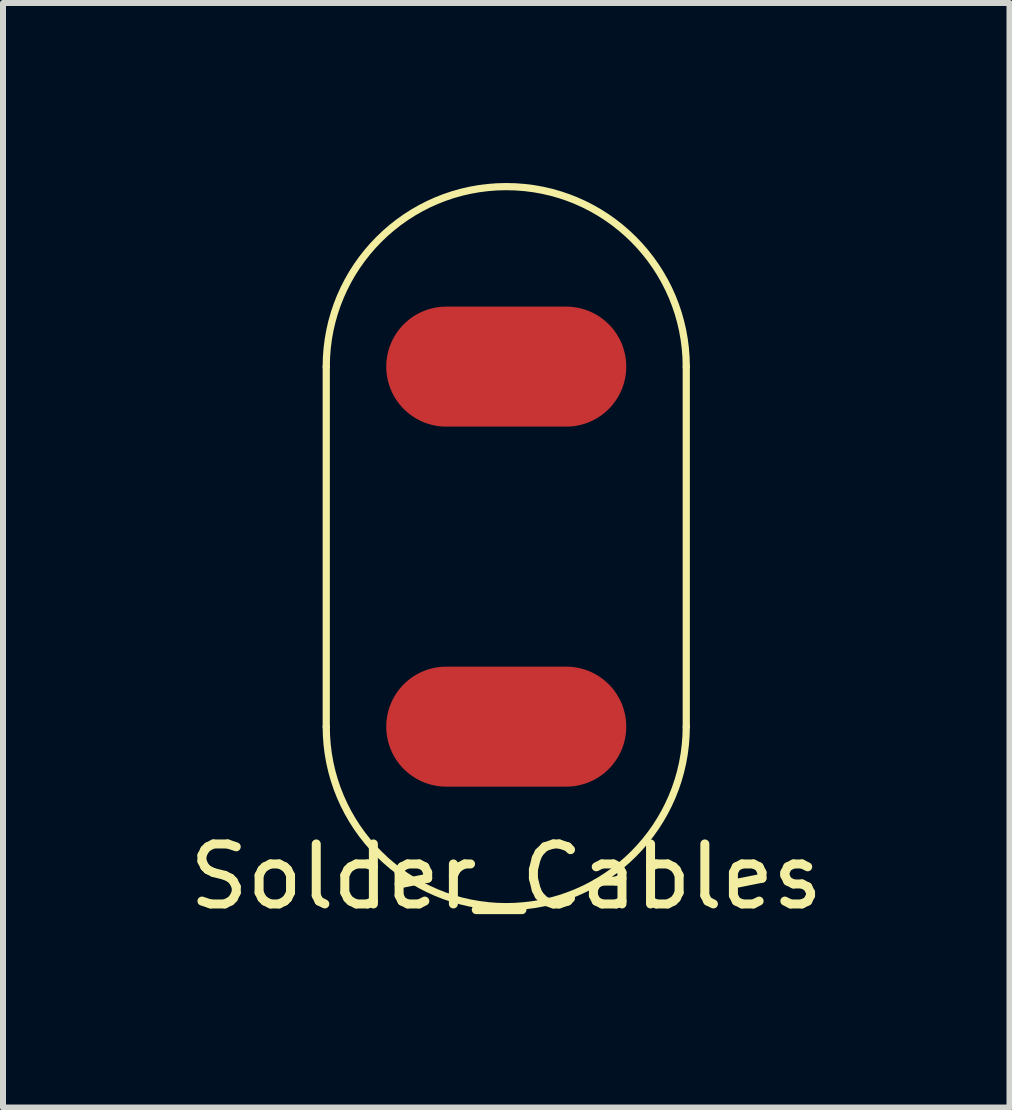
<source format=kicad_pcb>
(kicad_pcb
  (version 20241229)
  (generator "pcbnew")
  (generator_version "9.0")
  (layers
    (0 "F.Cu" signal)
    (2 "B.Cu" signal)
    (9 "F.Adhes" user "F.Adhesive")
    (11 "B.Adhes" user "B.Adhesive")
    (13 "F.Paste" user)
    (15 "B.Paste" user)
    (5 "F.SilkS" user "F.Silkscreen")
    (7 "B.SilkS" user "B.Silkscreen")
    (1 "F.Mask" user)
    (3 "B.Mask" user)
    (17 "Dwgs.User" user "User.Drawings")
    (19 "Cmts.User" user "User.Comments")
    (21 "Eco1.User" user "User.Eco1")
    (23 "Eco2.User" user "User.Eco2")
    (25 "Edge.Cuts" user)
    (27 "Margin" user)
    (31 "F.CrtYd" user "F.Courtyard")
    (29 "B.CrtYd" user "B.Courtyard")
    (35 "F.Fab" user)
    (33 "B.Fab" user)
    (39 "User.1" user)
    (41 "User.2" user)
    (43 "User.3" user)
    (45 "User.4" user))
  (footprint "Solder_Cables"
    (layer "F.Cu")
    (at 5.387 9.06)
    (property "Reference" "Solder_Cables" (at 0 2.5 0) (unlocked yes) (layer "F.SilkS") (effects (font (size 1 1) (thickness 0.15))))
    (attr smd)
    (fp_line (start -3 -6) (end -3 0) (stroke (width 0.12) (type solid)) (layer "F.SilkS"))
    (fp_line (start 3 -6) (end 3 0) (stroke (width 0.12) (type solid)) (layer "F.SilkS"))
    (fp_arc (start -3 -6) (mid 0 -9) (end 3 -6) (stroke (width 0.12) (type solid)) (layer "F.SilkS"))
    (fp_arc (start 3 0) (mid 0 3) (end -3 0) (stroke (width 0.12) (type solid)) (layer "F.SilkS"))
    (pad "1" smd oval (at 0 -6) (size 4 2) (layers "F.Cu" "F.Mask" "F.Paste"))
    (pad "2" smd oval (at 0 0) (size 4 2) (layers "F.Cu" "F.Mask" "F.Paste")))
  (gr_rect
    (start -3 -3)
    (end 13.774 15.408)
    (stroke (width 0.1) (type default))
    (fill no)
    (layer "Edge.Cuts")))
</source>
